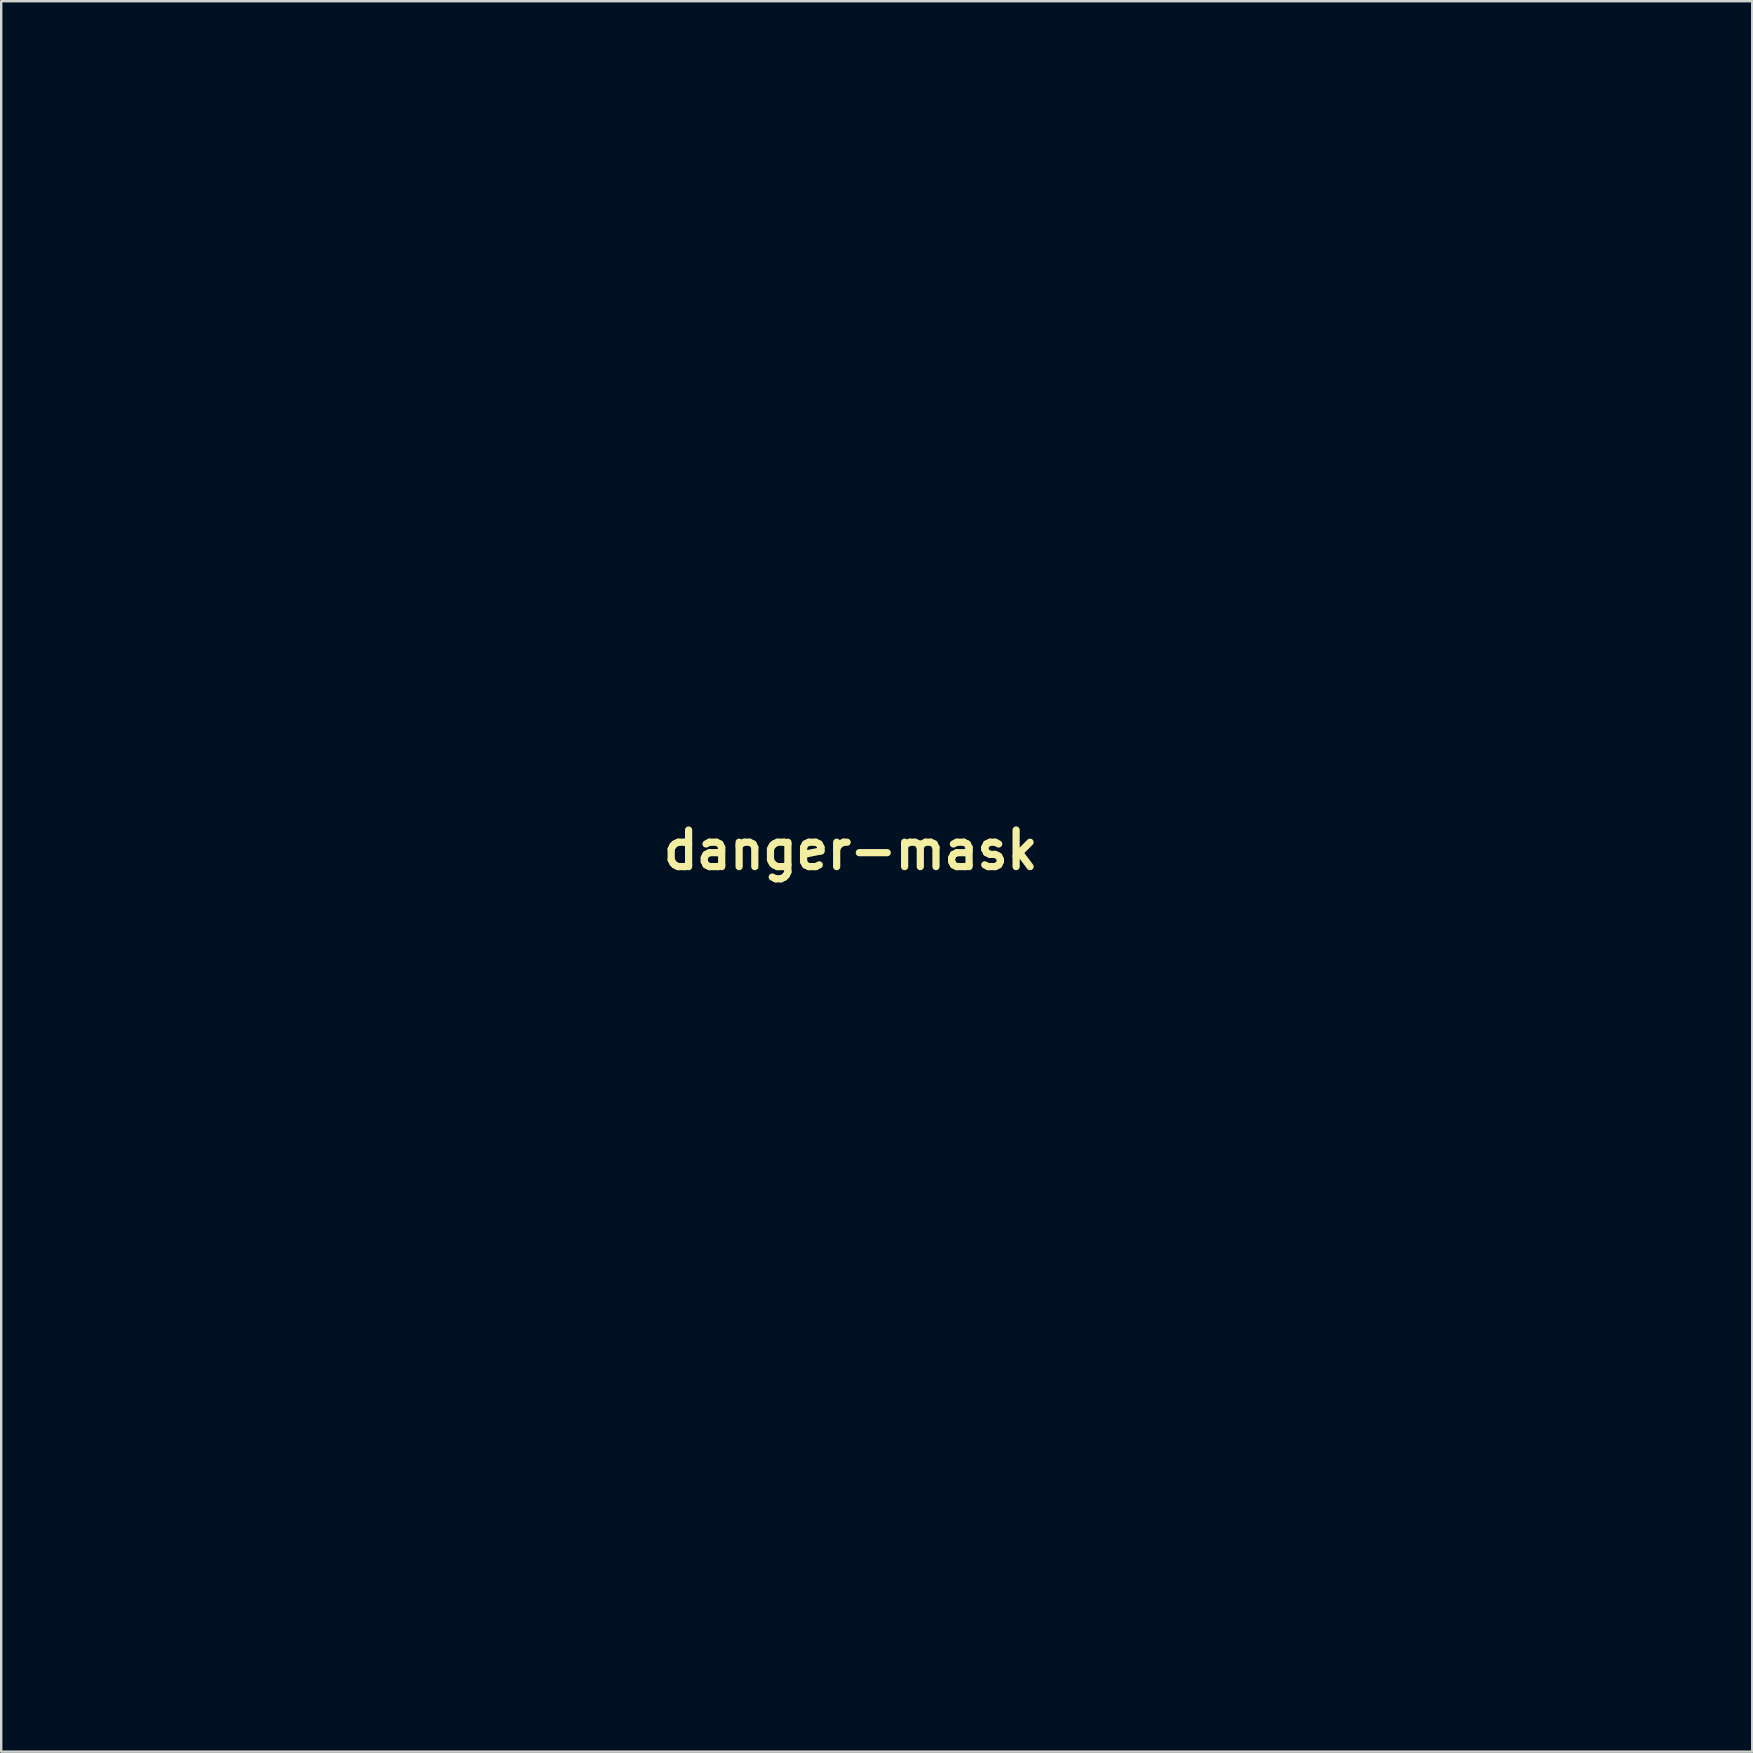
<source format=kicad_pcb>
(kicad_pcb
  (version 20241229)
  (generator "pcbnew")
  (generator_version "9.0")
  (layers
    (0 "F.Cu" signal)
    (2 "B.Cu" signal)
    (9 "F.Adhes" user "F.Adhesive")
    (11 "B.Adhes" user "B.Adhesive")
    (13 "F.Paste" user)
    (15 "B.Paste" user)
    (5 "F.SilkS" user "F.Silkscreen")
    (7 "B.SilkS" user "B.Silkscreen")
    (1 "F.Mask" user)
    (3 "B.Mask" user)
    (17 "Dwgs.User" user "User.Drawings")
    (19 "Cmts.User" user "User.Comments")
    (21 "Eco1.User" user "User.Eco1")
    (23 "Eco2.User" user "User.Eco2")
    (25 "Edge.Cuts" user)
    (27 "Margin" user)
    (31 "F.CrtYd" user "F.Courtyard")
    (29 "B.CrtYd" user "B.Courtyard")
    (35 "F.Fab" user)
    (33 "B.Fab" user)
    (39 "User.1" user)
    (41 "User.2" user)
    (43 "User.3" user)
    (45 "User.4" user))
  (footprint "danger-mask"
    (layer "F.Cu")
    (at 32.384 32.361)
    (property "Reference" "danger-mask" (at 0 0 0) (layer "F.SilkS") (effects (font (size 1.524 1.524) (thickness 0.3))))
    (attr through_hole)
    (fp_poly (pts (xy 5.006 22.908) (xy 5.182 22.962) (xy 5.38 23.05) (xy 5.565 23.154) (xy 5.704 23.255) (xy 5.725 23.276) (xy 5.831 23.39) (xy 4.23 24.991) (xy 4.116 24.864) (xy 4.023 24.743) (xy 3.924 24.591) (xy 3.892 24.534) (xy 3.81 24.303) (xy 3.779 24.034) (xy 3.798 23.764) (xy 3.869 23.527) (xy 3.884 23.498) (xy 3.951 23.39) (xy 4.037 23.277) (xy 4.126 23.174) (xy 4.202 23.102) (xy 4.249 23.075) (xy 4.256 23.087) (xy 4.284 23.092) (xy 4.336 23.057) (xy 4.455 22.991) (xy 4.627 22.938) (xy 4.813 22.906) (xy 4.975 22.903) (xy 5.006 22.908)) (stroke (width 0.01) (type solid)) (fill yes) (layer "F.Mask"))
    (fp_poly (pts (xy 0.567 10.757) (xy 0.669 10.849) (xy 0.809 10.996) (xy 0.836 11.024) (xy 1.035 11.244) (xy 1.168 11.429) (xy 1.244 11.598) (xy 1.27 11.771) (xy 1.254 11.968) (xy 1.238 12.059) (xy 1.164 12.322) (xy 1.05 12.536) (xy 0.877 12.735) (xy 0.797 12.808) (xy 0.596 12.948) (xy 0.386 13.008) (xy 0.144 12.995) (xy 0.052 12.975) (xy -0.164 12.886) (xy -0.309 12.74) (xy -0.388 12.533) (xy -0.402 12.433) (xy -0.399 12.241) (xy -0.352 12.048) (xy -0.255 11.834) (xy -0.1 11.578) (xy -0.07 11.533) (xy 0.019 11.398) (xy 0.092 11.281) (xy 0.119 11.235) (xy 0.247 11) (xy 0.342 10.839) (xy 0.417 10.747) (xy 0.488 10.721) (xy 0.567 10.757)) (stroke (width 0.01) (type solid)) (fill yes) (layer "F.Mask"))
    (fp_poly (pts (xy 31.241 -0.397) (xy 31.465 -0.132) (xy 31.611 0.113) (xy 31.683 0.353) (xy 31.681 0.604) (xy 31.608 0.88) (xy 31.464 1.198) (xy 31.412 1.296) (xy 31.34 1.395) (xy 31.266 1.452) (xy 31.167 1.504) (xy 31.114 1.543) (xy 31.023 1.583) (xy 30.876 1.613) (xy 30.706 1.63) (xy 30.548 1.63) (xy 30.457 1.616) (xy 30.264 1.518) (xy 30.109 1.354) (xy 30.009 1.148) (xy 29.988 1.045) (xy 30.002 0.873) (xy 30.071 0.658) (xy 30.186 0.424) (xy 30.33 0.202) (xy 30.397 0.102) (xy 30.433 0.033) (xy 30.434 0.025) (xy 30.459 -0.029) (xy 30.525 -0.13) (xy 30.594 -0.229) (xy 30.681 -0.352) (xy 30.739 -0.448) (xy 30.756 -0.487) (xy 30.782 -0.548) (xy 30.839 -0.633) (xy 30.921 -0.74) (xy 31.241 -0.397)) (stroke (width 0.01) (type solid)) (fill yes) (layer "F.Mask"))
    (fp_poly (pts (xy 16.047 11.886) (xy 16.184 11.894) (xy 16.254 11.904) (xy 16.383 11.955) (xy 16.539 12.035) (xy 16.69 12.124) (xy 16.802 12.205) (xy 16.827 12.228) (xy 16.849 12.258) (xy 16.855 12.291) (xy 16.838 12.337) (xy 16.793 12.403) (xy 16.711 12.498) (xy 16.587 12.63) (xy 16.413 12.808) (xy 16.182 13.039) (xy 16.108 13.114) (xy 15.885 13.335) (xy 15.681 13.532) (xy 15.507 13.697) (xy 15.37 13.821) (xy 15.281 13.895) (xy 15.251 13.913) (xy 15.192 13.875) (xy 15.15 13.803) (xy 15.099 13.706) (xy 15.056 13.66) (xy 14.989 13.58) (xy 14.923 13.439) (xy 14.868 13.265) (xy 14.834 13.089) (xy 14.828 12.995) (xy 14.866 12.664) (xy 14.975 12.381) (xy 15.149 12.155) (xy 15.381 11.993) (xy 15.664 11.901) (xy 15.881 11.883) (xy 16.047 11.886)) (stroke (width 0.01) (type solid)) (fill yes) (layer "F.Mask"))
    (fp_poly (pts (xy 13.658 -4.575) (xy 13.873 -4.484) (xy 13.937 -4.438) (xy 14.001 -4.394) (xy 14.023 -4.392) (xy 14.058 -4.381) (xy 14.141 -4.329) (xy 14.177 -4.302) (xy 14.327 -4.191) (xy 13.514 -3.377) (xy 13.291 -3.155) (xy 13.089 -2.956) (xy 12.917 -2.788) (xy 12.785 -2.661) (xy 12.7 -2.584) (xy 12.673 -2.563) (xy 12.625 -2.593) (xy 12.57 -2.647) (xy 12.511 -2.724) (xy 12.494 -2.765) (xy 12.47 -2.824) (xy 12.412 -2.917) (xy 12.408 -2.922) (xy 12.35 -3.036) (xy 12.292 -3.196) (xy 12.264 -3.304) (xy 12.238 -3.594) (xy 12.288 -3.862) (xy 12.409 -4.091) (xy 12.427 -4.113) (xy 12.497 -4.205) (xy 12.531 -4.27) (xy 12.531 -4.273) (xy 12.558 -4.315) (xy 12.64 -4.374) (xy 12.788 -4.456) (xy 12.929 -4.529) (xy 13.154 -4.6) (xy 13.408 -4.614) (xy 13.658 -4.575)) (stroke (width 0.01) (type solid)) (fill yes) (layer "F.Mask"))
    (fp_poly (pts (xy -6.595 13.058) (xy -6.417 13.091) (xy -6.229 13.157) (xy -6.017 13.252) (xy -5.814 13.36) (xy -5.653 13.464) (xy -5.603 13.505) (xy -5.52 13.569) (xy -5.465 13.592) (xy -5.42 13.623) (xy -5.325 13.708) (xy -5.192 13.832) (xy -5.034 13.984) (xy -4.865 14.151) (xy -4.698 14.319) (xy -4.545 14.477) (xy -4.42 14.61) (xy -4.334 14.706) (xy -4.302 14.752) (xy -4.302 14.752) (xy -4.275 14.806) (xy -4.207 14.904) (xy -4.147 14.981) (xy -4.042 15.125) (xy -3.932 15.299) (xy -3.837 15.471) (xy -3.774 15.608) (xy -3.767 15.629) (xy -3.693 15.923) (xy -3.671 16.159) (xy -3.699 16.351) (xy -3.736 16.48) (xy -3.762 16.574) (xy -3.767 16.592) (xy -3.797 16.657) (xy -3.859 16.766) (xy -3.891 16.818) (xy -3.973 16.948) (xy -4.042 17.06) (xy -4.058 17.086) (xy -4.104 17.143) (xy -4.2 17.248) (xy -4.335 17.39) (xy -4.497 17.557) (xy -4.674 17.738) (xy -4.855 17.921) (xy -5.027 18.093) (xy -5.18 18.243) (xy -5.301 18.359) (xy -5.378 18.428) (xy -5.4 18.444) (xy -5.436 18.412) (xy -5.53 18.322) (xy -5.678 18.178) (xy -5.873 17.986) (xy -6.109 17.752) (xy -6.381 17.483) (xy -6.683 17.182) (xy -7.009 16.857) (xy -7.289 16.578) (xy -9.154 14.713) (xy -8.513 14.073) (xy -8.318 13.88) (xy -8.146 13.715) (xy -8.009 13.586) (xy -7.914 13.503) (xy -7.873 13.474) (xy -7.872 13.476) (xy -7.843 13.476) (xy -7.772 13.424) (xy -7.746 13.4) (xy -7.51 13.235) (xy -7.221 13.118) (xy -6.907 13.057) (xy -6.595 13.058)) (stroke (width 0.01) (type solid)) (fill yes) (layer "F.Mask"))
    (fp_poly (pts (xy 8.917 0.112) (xy 9.142 0.154) (xy 9.339 0.239) (xy 9.528 0.37) (xy 9.636 0.449) (xy 9.716 0.497) (xy 9.736 0.503) (xy 9.787 0.535) (xy 9.879 0.615) (xy 9.992 0.726) (xy 10.108 0.846) (xy 10.206 0.957) (xy 10.267 1.039) (xy 10.268 1.041) (xy 10.325 1.135) (xy 10.407 1.262) (xy 10.438 1.309) (xy 10.589 1.616) (xy 10.651 1.946) (xy 10.625 2.298) (xy 10.531 2.621) (xy 10.481 2.706) (xy 10.394 2.816) (xy 10.288 2.933) (xy 10.182 3.039) (xy 10.092 3.114) (xy 10.038 3.14) (xy 10.032 3.137) (xy 9.983 3.141) (xy 9.945 3.165) (xy 9.87 3.193) (xy 9.733 3.218) (xy 9.562 3.234) (xy 9.552 3.235) (xy 9.357 3.239) (xy 9.216 3.224) (xy 9.092 3.183) (xy 9.016 3.146) (xy 8.869 3.069) (xy 8.737 2.997) (xy 8.695 2.974) (xy 8.62 2.918) (xy 8.504 2.818) (xy 8.361 2.688) (xy 8.208 2.543) (xy 8.058 2.398) (xy 7.927 2.266) (xy 7.83 2.162) (xy 7.783 2.101) (xy 7.78 2.094) (xy 7.757 2.037) (xy 7.699 1.933) (xy 7.657 1.864) (xy 7.597 1.759) (xy 7.56 1.659) (xy 7.54 1.535) (xy 7.532 1.36) (xy 7.531 1.255) (xy 7.532 1.053) (xy 7.541 0.917) (xy 7.565 0.821) (xy 7.607 0.74) (xy 7.654 0.675) (xy 7.731 0.564) (xy 7.775 0.48) (xy 7.78 0.459) (xy 7.817 0.403) (xy 7.86 0.38) (xy 7.947 0.334) (xy 8.063 0.257) (xy 8.097 0.232) (xy 8.189 0.172) (xy 8.287 0.135) (xy 8.417 0.115) (xy 8.607 0.106) (xy 8.634 0.105) (xy 8.917 0.112)) (stroke (width 0.01) (type solid)) (fill yes) (layer "F.Mask"))
    (fp_poly (pts (xy 34.542 -32.311) (xy 34.543 -32.176) (xy 34.543 -31.955) (xy 34.544 -31.648) (xy 34.545 -31.259) (xy 34.545 -30.79) (xy 34.546 -30.243) (xy 34.546 -29.621) (xy 34.547 -28.925) (xy 34.547 -28.158) (xy 34.548 -27.321) (xy 34.548 -26.419) (xy 34.549 -25.452) (xy 34.549 -24.423) (xy 34.55 -23.334) (xy 34.55 -22.187) (xy 34.55 -20.986) (xy 34.551 -19.731) (xy 34.551 -18.426) (xy 34.551 -17.072) (xy 34.552 -15.672) (xy 34.552 -14.228) (xy 34.552 -12.742) (xy 34.552 -11.217) (xy 34.553 -9.654) (xy 34.553 -8.057) (xy 34.553 -6.427) (xy 34.553 -4.767) (xy 34.553 -3.079) (xy 34.553 -1.365) (xy 34.553 0.372) (xy 34.553 1.098) (xy 34.553 34.553) (xy -32.379 34.553) (xy -26.11 28.284) (xy -5.583 28.284) (xy -5.552 28.325) (xy -5.461 28.425) (xy -5.316 28.578) (xy -5.124 28.778) (xy -4.889 29.019) (xy -4.618 29.297) (xy -4.316 29.604) (xy -3.988 29.936) (xy -3.642 30.287) (xy -3.281 30.65) (xy -2.912 31.021) (xy -2.541 31.394) (xy -2.174 31.762) (xy -1.815 32.12) (xy -1.471 32.463) (xy -1.147 32.784) (xy -0.85 33.078) (xy -0.584 33.339) (xy -0.356 33.562) (xy -0.17 33.741) (xy -0.034 33.87) (xy 0.048 33.943) (xy 0.069 33.958) (xy 0.115 33.927) (xy 0.214 33.841) (xy 0.354 33.711) (xy 0.524 33.547) (xy 0.687 33.386) (xy 1.258 32.814) (xy 0.011 31.566) (xy -1.236 30.319) (xy -0.114 29.199) (xy 1.007 28.078) (xy 2.231 29.302) (xy 2.508 29.577) (xy 2.764 29.83) (xy 2.994 30.055) (xy 3.19 30.243) (xy 3.345 30.39) (xy 3.451 30.486) (xy 3.5 30.525) (xy 3.502 30.526) (xy 3.548 30.495) (xy 3.647 30.409) (xy 3.786 30.279) (xy 3.955 30.116) (xy 4.096 29.976) (xy 4.644 29.427) (xy 1.785 26.567) (xy -0.66 24.122) (xy 2.409 24.122) (xy 2.417 24.525) (xy 2.463 24.873) (xy 2.544 25.152) (xy 2.558 25.184) (xy 2.677 25.445) (xy 2.774 25.646) (xy 2.862 25.807) (xy 2.956 25.946) (xy 3.068 26.084) (xy 3.213 26.239) (xy 3.403 26.431) (xy 3.496 26.523) (xy 3.73 26.752) (xy 3.919 26.924) (xy 4.078 27.053) (xy 4.222 27.151) (xy 4.368 27.231) (xy 4.371 27.233) (xy 4.525 27.307) (xy 4.645 27.363) (xy 4.709 27.39) (xy 4.714 27.391) (xy 4.768 27.406) (xy 4.869 27.441) (xy 4.874 27.443) (xy 5.3 27.56) (xy 5.723 27.587) (xy 6.145 27.529) (xy 6.422 27.455) (xy 6.641 27.371) (xy 6.836 27.264) (xy 6.945 27.189) (xy 7.061 27.109) (xy 7.147 27.058) (xy 7.174 27.048) (xy 7.221 27.017) (xy 7.314 26.934) (xy 7.439 26.815) (xy 7.58 26.675) (xy 7.722 26.53) (xy 7.85 26.395) (xy 7.949 26.286) (xy 8.003 26.217) (xy 8.009 26.204) (xy 8.035 26.146) (xy 8.099 26.047) (xy 8.128 26.008) (xy 8.278 25.746) (xy 8.383 25.424) (xy 8.443 25.062) (xy 8.454 24.682) (xy 8.414 24.303) (xy 8.345 24.021) (xy 8.272 23.816) (xy 8.211 23.697) (xy 8.161 23.661) (xy 8.093 23.688) (xy 7.978 23.759) (xy 7.836 23.861) (xy 7.799 23.89) (xy 7.66 23.996) (xy 7.549 24.076) (xy 7.484 24.116) (xy 7.477 24.119) (xy 7.427 24.145) (xy 7.332 24.213) (xy 7.259 24.271) (xy 7.136 24.364) (xy 7.03 24.433) (xy 6.991 24.452) (xy 6.927 24.494) (xy 6.918 24.565) (xy 6.965 24.685) (xy 6.984 24.723) (xy 7.037 24.892) (xy 7.058 25.107) (xy 7.046 25.328) (xy 7.002 25.514) (xy 6.99 25.544) (xy 6.867 25.725) (xy 6.684 25.904) (xy 6.465 26.056) (xy 6.453 26.063) (xy 6.318 26.118) (xy 6.144 26.146) (xy 5.95 26.154) (xy 5.64 26.129) (xy 5.374 26.043) (xy 5.121 25.886) (xy 5.034 25.816) (xy 4.874 25.68) (xy 6.246 24.305) (xy 7.618 22.931) (xy 7.444 22.753) (xy 7.302 22.619) (xy 7.145 22.487) (xy 7.088 22.443) (xy 6.949 22.341) (xy 6.818 22.243) (xy 6.781 22.213) (xy 6.605 22.091) (xy 6.366 21.952) (xy 6.23 21.88) (xy 6.107 21.817) (xy 6.031 21.778) (xy 5.794 21.689) (xy 5.492 21.63) (xy 5.147 21.603) (xy 5.065 21.602) (xy 4.658 21.635) (xy 4.269 21.731) (xy 3.921 21.882) (xy 3.765 21.98) (xy 3.632 22.074) (xy 3.515 22.151) (xy 3.468 22.18) (xy 3.387 22.24) (xy 3.278 22.335) (xy 3.161 22.445) (xy 3.059 22.551) (xy 2.991 22.632) (xy 2.975 22.663) (xy 2.949 22.715) (xy 2.882 22.816) (xy 2.794 22.936) (xy 2.705 23.063) (xy 2.648 23.161) (xy 2.635 23.209) (xy 2.625 23.26) (xy 2.614 23.269) (xy 2.564 23.34) (xy 2.513 23.48) (xy 2.467 23.664) (xy 2.431 23.871) (xy 2.411 24.077) (xy 2.409 24.122) (xy -0.66 24.122) (xy -1.075 23.707) (xy -2.219 24.851) (xy -1.11 25.961) (xy -0.848 26.224) (xy -0.609 26.467) (xy -0.399 26.683) (xy -0.226 26.863) (xy -0.097 27.001) (xy -0.02 27.089) (xy 0 27.117) (xy -0.031 27.159) (xy -0.12 27.258) (xy -0.259 27.405) (xy -0.44 27.594) (xy -0.657 27.815) (xy -0.901 28.062) (xy -1.098 28.26) (xy -2.197 29.358) (xy -3.33 28.226) (xy -4.463 27.093) (xy -5.023 27.654) (xy -5.207 27.842) (xy -5.365 28.011) (xy -5.487 28.149) (xy -5.563 28.245) (xy -5.583 28.284) (xy -26.11 28.284) (xy -12.7 14.874) (xy -11.281 14.874) (xy -8.444 17.711) (xy -8.02 18.134) (xy -7.615 18.538) (xy -7.233 18.918) (xy -6.878 19.27) (xy -6.556 19.588) (xy -6.27 19.869) (xy -6.026 20.108) (xy -5.828 20.3) (xy -5.682 20.441) (xy -5.591 20.525) (xy -5.561 20.549) (xy -5.52 20.518) (xy -5.421 20.428) (xy -5.272 20.288) (xy -5.081 20.103) (xy -4.853 19.882) (xy -4.598 19.63) (xy -4.321 19.355) (xy -4.245 19.279) (xy -3.965 18.998) (xy -3.706 18.737) (xy -3.476 18.503) (xy -3.281 18.303) (xy -3.128 18.144) (xy -3.086 18.1) (xy 4.53 18.1) (xy 7.379 20.949) (xy 7.803 21.372) (xy 8.208 21.777) (xy 8.59 22.158) (xy 8.944 22.51) (xy 9.266 22.83) (xy 9.55 23.112) (xy 9.792 23.352) (xy 9.988 23.545) (xy 10.133 23.687) (xy 10.222 23.773) (xy 10.251 23.798) (xy 10.289 23.768) (xy 10.38 23.683) (xy 10.513 23.555) (xy 10.677 23.395) (xy 10.789 23.284) (xy 10.964 23.106) (xy 11.114 22.949) (xy 11.227 22.825) (xy 11.292 22.745) (xy 11.304 22.723) (xy 11.272 22.685) (xy 11.181 22.586) (xy 11.033 22.433) (xy 10.835 22.228) (xy 10.59 21.979) (xy 10.304 21.688) (xy 9.981 21.361) (xy 9.625 21.002) (xy 9.242 20.616) (xy 8.835 20.208) (xy 8.467 19.84) (xy 6.623 17.996) (xy 7.826 17.996) (xy 7.864 18.033) (xy 7.962 18.089) (xy 8.043 18.128) (xy 8.218 18.207) (xy 8.415 18.295) (xy 8.502 18.334) (xy 8.641 18.394) (xy 8.748 18.433) (xy 8.789 18.444) (xy 8.863 18.463) (xy 8.925 18.489) (xy 9.042 18.548) (xy 9.1 18.577) (xy 9.174 18.61) (xy 9.313 18.669) (xy 9.497 18.746) (xy 9.706 18.832) (xy 9.707 18.832) (xy 9.913 18.919) (xy 10.09 18.996) (xy 10.221 19.058) (xy 10.285 19.093) (xy 10.286 19.094) (xy 10.335 19.119) (xy 10.343 19.11) (xy 10.378 19.107) (xy 10.462 19.142) (xy 10.469 19.145) (xy 10.582 19.201) (xy 10.715 19.263) (xy 10.833 19.314) (xy 10.892 19.336) (xy 10.955 19.36) (xy 11.063 19.406) (xy 11.178 19.457) (xy 11.261 19.496) (xy 11.326 19.525) (xy 11.46 19.582) (xy 11.646 19.661) (xy 11.868 19.754) (xy 12.016 19.816) (xy 12.324 19.943) (xy 12.562 20.043) (xy 12.747 20.121) (xy 12.895 20.185) (xy 13.02 20.241) (xy 13.14 20.296) (xy 13.249 20.348) (xy 13.389 20.408) (xy 13.502 20.448) (xy 13.546 20.457) (xy 13.601 20.426) (xy 13.707 20.341) (xy 13.849 20.214) (xy 14.016 20.056) (xy 14.084 19.989) (xy 14.251 19.818) (xy 14.392 19.664) (xy 14.494 19.543) (xy 14.547 19.466) (xy 14.552 19.451) (xy 14.532 19.373) (xy 14.482 19.247) (xy 14.438 19.153) (xy 14.376 19.022) (xy 14.335 18.925) (xy 14.325 18.893) (xy 14.307 18.84) (xy 14.259 18.726) (xy 14.19 18.571) (xy 14.165 18.515) (xy 14.091 18.355) (xy 14.036 18.229) (xy 14.007 18.159) (xy 14.004 18.152) (xy 13.987 18.104) (xy 13.943 17.998) (xy 13.89 17.877) (xy 13.831 17.738) (xy 13.79 17.635) (xy 13.778 17.596) (xy 13.76 17.543) (xy 13.714 17.446) (xy 13.709 17.436) (xy 13.633 17.29) (xy 13.567 17.162) (xy 13.527 17.071) (xy 13.524 17.026) (xy 13.527 17.025) (xy 13.531 16.997) (xy 13.511 16.968) (xy 13.474 16.902) (xy 13.413 16.774) (xy 13.338 16.604) (xy 13.294 16.499) (xy 13.195 16.262) (xy 13.108 16.056) (xy 13.018 15.849) (xy 12.911 15.608) (xy 12.848 15.469) (xy 12.782 15.318) (xy 12.7 15.126) (xy 12.624 14.947) (xy 12.554 14.784) (xy 12.49 14.651) (xy 12.445 14.573) (xy 12.442 14.569) (xy 12.414 14.518) (xy 12.422 14.508) (xy 12.433 14.499) (xy 12.424 14.463) (xy 12.389 14.385) (xy 12.321 14.251) (xy 12.25 14.114) (xy 12.206 14.015) (xy 12.193 13.956) (xy 12.195 13.953) (xy 12.184 13.908) (xy 12.136 13.832) (xy 12.058 13.729) (xy 11.494 14.295) (xy 11.288 14.504) (xy 11.14 14.659) (xy 11.042 14.77) (xy 10.987 14.848) (xy 10.967 14.903) (xy 10.974 14.943) (xy 10.976 14.948) (xy 11.019 15.033) (xy 11.092 15.187) (xy 11.189 15.394) (xy 11.302 15.638) (xy 11.424 15.905) (xy 11.465 15.995) (xy 11.537 16.152) (xy 11.629 16.351) (xy 11.721 16.551) (xy 11.729 16.567) (xy 11.822 16.77) (xy 11.917 16.98) (xy 11.993 17.153) (xy 11.997 17.162) (xy 12.057 17.296) (xy 12.149 17.488) (xy 12.259 17.716) (xy 12.378 17.956) (xy 12.41 18.02) (xy 12.514 18.23) (xy 12.599 18.407) (xy 12.658 18.536) (xy 12.685 18.604) (xy 12.684 18.611) (xy 12.602 18.569) (xy 12.454 18.496) (xy 12.255 18.399) (xy 12.022 18.286) (xy 11.772 18.164) (xy 11.52 18.043) (xy 11.283 17.929) (xy 11.077 17.83) (xy 10.918 17.754) (xy 10.835 17.715) (xy 10.622 17.617) (xy 10.385 17.507) (xy 10.217 17.428) (xy 10.065 17.356) (xy 9.948 17.302) (xy 9.888 17.276) (xy 9.885 17.275) (xy 9.816 17.247) (xy 9.689 17.192) (xy 9.532 17.119) (xy 9.368 17.042) (xy 9.224 16.971) (xy 9.137 16.926) (xy 8.96 16.83) (xy 8.393 17.396) (xy 8.209 17.582) (xy 8.05 17.746) (xy 7.926 17.877) (xy 7.848 17.965) (xy 7.826 17.996) (xy 6.623 17.996) (xy 5.63 17.003) (xy 5.08 17.551) (xy 4.53 18.1) (xy -3.086 18.1) (xy -3.025 18.034) (xy -2.977 17.979) (xy -2.975 17.974) (xy -2.948 17.923) (xy -2.877 17.824) (xy -2.778 17.697) (xy -2.777 17.696) (xy -2.66 17.542) (xy -2.558 17.379) (xy -2.454 17.18) (xy -2.336 16.92) (xy -2.332 16.91) (xy -2.25 16.655) (xy -2.196 16.343) (xy -2.17 16.004) (xy -2.176 15.671) (xy -2.214 15.373) (xy -2.241 15.263) (xy -2.362 14.881) (xy -2.479 14.564) (xy -2.589 14.322) (xy -2.659 14.203) (xy -2.735 14.086) (xy -2.783 13.999) (xy -2.792 13.972) (xy -2.82 13.921) (xy -2.894 13.823) (xy -2.997 13.7) (xy -2.998 13.699) (xy -3.101 13.575) (xy -3.175 13.477) (xy -3.204 13.426) (xy -3.204 13.426) (xy -3.234 13.379) (xy -3.317 13.285) (xy -3.435 13.16) (xy -3.574 13.017) (xy -3.718 12.874) (xy -3.852 12.745) (xy -3.961 12.646) (xy -4.029 12.591) (xy -4.041 12.586) (xy -4.092 12.557) (xy -4.192 12.483) (xy -4.319 12.378) (xy -4.343 12.357) (xy -4.473 12.247) (xy -4.577 12.166) (xy -4.636 12.129) (xy -4.641 12.128) (xy -4.694 12.104) (xy -4.796 12.042) (xy -4.877 11.988) (xy -4.989 11.917) (xy -5.062 11.879) (xy -5.08 11.88) (xy -5.108 11.882) (xy -5.142 11.859) (xy -5.236 11.806) (xy -5.394 11.74) (xy -5.592 11.669) (xy -5.805 11.601) (xy -6.01 11.546) (xy -6.18 11.51) (xy -6.21 11.505) (xy -6.561 11.48) (xy -6.919 11.493) (xy -7.263 11.539) (xy -7.575 11.615) (xy -7.836 11.719) (xy -8.02 11.841) (xy -8.081 11.883) (xy -8.101 11.878) (xy -8.132 11.887) (xy -8.215 11.945) (xy -8.332 12.04) (xy -8.348 12.054) (xy -8.475 12.158) (xy -8.577 12.234) (xy -8.633 12.265) (xy -8.634 12.265) (xy -8.674 12.297) (xy -8.771 12.386) (xy -8.919 12.527) (xy -9.11 12.712) (xy -9.337 12.934) (xy -9.593 13.187) (xy -9.872 13.464) (xy -9.977 13.57) (xy -11.281 14.874) (xy -12.7 14.874) (xy -8.718 10.892) (xy -3.36 10.892) (xy -3.357 11.119) (xy -3.346 11.283) (xy -3.322 11.412) (xy -3.28 11.534) (xy -3.224 11.659) (xy -3.128 11.837) (xy -3.042 11.929) (xy -2.961 11.939) (xy -2.883 11.876) (xy -2.815 11.819) (xy -2.783 11.808) (xy -2.728 11.781) (xy -2.622 11.712) (xy -2.487 11.613) (xy -2.456 11.59) (xy -2.32 11.487) (xy -2.214 11.41) (xy -2.155 11.373) (xy -2.151 11.372) (xy -2.101 11.348) (xy -2.011 11.292) (xy -2.007 11.289) (xy -1.886 11.208) (xy -1.972 10.926) (xy -2.025 10.663) (xy -2.006 10.442) (xy -1.913 10.243) (xy -1.86 10.174) (xy -1.78 10.064) (xy -1.727 9.971) (xy -1.725 9.965) (xy -1.662 9.886) (xy -1.59 9.844) (xy -1.478 9.78) (xy -1.42 9.727) (xy -1.275 9.611) (xy -1.076 9.53) (xy -0.942 9.504) (xy -0.764 9.528) (xy -0.57 9.63) (xy -0.375 9.803) (xy -0.349 9.831) (xy -0.3 9.893) (xy -0.29 9.949) (xy -0.319 10.03) (xy -0.368 10.124) (xy -0.463 10.303) (xy -0.53 10.424) (xy -0.581 10.511) (xy -0.632 10.587) (xy -0.675 10.648) (xy -0.741 10.748) (xy -0.776 10.816) (xy -0.778 10.824) (xy -0.804 10.876) (xy -0.871 10.971) (xy -0.915 11.03) (xy -0.996 11.137) (xy -1.045 11.214) (xy -1.053 11.234) (xy -1.078 11.287) (xy -1.14 11.38) (xy -1.162 11.41) (xy -1.321 11.648) (xy -1.495 11.963) (xy -1.506 11.984) (xy -1.57 12.109) (xy -1.605 12.179) (xy -1.696 12.435) (xy -1.74 12.737) (xy -1.732 13.05) (xy -1.73 13.066) (xy -1.64 13.422) (xy -1.461 13.754) (xy -1.196 14.059) (xy -1.177 14.078) (xy -0.955 14.264) (xy -0.748 14.388) (xy -0.523 14.467) (xy -0.345 14.504) (xy -0.174 14.532) (xy -0.06 14.544) (xy 0.031 14.542) (xy 0.133 14.524) (xy 0.22 14.504) (xy 0.541 14.409) (xy 0.732 14.321) (xy 0.819 14.274) (xy 0.938 14.212) (xy 0.949 14.207) (xy 1.043 14.142) (xy 1.169 14.034) (xy 1.31 13.9) (xy 1.45 13.756) (xy 1.571 13.62) (xy 1.658 13.508) (xy 1.693 13.439) (xy 1.693 13.437) (xy 1.726 13.357) (xy 1.744 13.337) (xy 13.452 13.337) (xy 13.517 13.798) (xy 13.573 13.992) (xy 13.644 14.186) (xy 13.723 14.37) (xy 13.794 14.506) (xy 13.802 14.518) (xy 13.869 14.63) (xy 13.909 14.711) (xy 13.913 14.727) (xy 13.94 14.781) (xy 14.011 14.878) (xy 14.073 14.953) (xy 14.163 15.064) (xy 14.221 15.148) (xy 14.233 15.177) (xy 14.264 15.227) (xy 14.343 15.319) (xy 14.452 15.434) (xy 14.571 15.553) (xy 14.681 15.657) (xy 14.764 15.726) (xy 14.796 15.743) (xy 14.849 15.771) (xy 14.947 15.842) (xy 15.052 15.926) (xy 15.17 16.022) (xy 15.261 16.089) (xy 15.301 16.11) (xy 15.357 16.132) (xy 15.458 16.187) (xy 15.504 16.215) (xy 15.725 16.325) (xy 15.981 16.413) (xy 16.22 16.462) (xy 16.22 16.462) (xy 16.325 16.48) (xy 16.38 16.503) (xy 16.435 16.512) (xy 16.556 16.515) (xy 16.719 16.511) (xy 16.898 16.503) (xy 17.07 16.491) (xy 17.208 16.476) (xy 17.277 16.463) (xy 17.468 16.4) (xy 17.677 16.312) (xy 17.87 16.217) (xy 18.006 16.131) (xy 18.11 16.06) (xy 18.185 16.021) (xy 18.197 16.018) (xy 18.244 15.987) (xy 18.339 15.905) (xy 18.465 15.787) (xy 18.607 15.648) (xy 18.751 15.503) (xy 18.88 15.369) (xy 18.979 15.26) (xy 19.033 15.192) (xy 19.039 15.179) (xy 19.064 15.122) (xy 19.126 15.026) (xy 19.147 14.997) (xy 19.238 14.859) (xy 19.325 14.687) (xy 19.422 14.457) (xy 19.451 14.382) (xy 19.475 14.272) (xy 19.495 14.099) (xy 19.507 13.891) (xy 19.51 13.764) (xy 19.506 13.507) (xy 19.488 13.308) (xy 19.452 13.132) (xy 19.407 12.987) (xy 19.333 12.785) (xy 19.269 12.666) (xy 19.198 12.623) (xy 19.102 12.651) (xy 18.966 12.743) (xy 18.88 12.81) (xy 18.74 12.917) (xy 18.627 12.999) (xy 18.561 13.04) (xy 18.552 13.043) (xy 18.502 13.07) (xy 18.407 13.138) (xy 18.334 13.195) (xy 18.211 13.288) (xy 18.106 13.357) (xy 18.066 13.377) (xy 18 13.442) (xy 17.991 13.541) (xy 18.037 13.625) (xy 18.066 13.694) (xy 18.093 13.826) (xy 18.112 13.98) (xy 18.12 14.17) (xy 18.105 14.309) (xy 18.06 14.436) (xy 18.041 14.477) (xy 17.881 14.712) (xy 17.667 14.91) (xy 17.483 15.017) (xy 17.252 15.083) (xy 16.99 15.1) (xy 16.723 15.073) (xy 16.482 15.003) (xy 16.294 14.896) (xy 16.281 14.885) (xy 16.221 14.845) (xy 16.201 14.852) (xy 16.172 14.848) (xy 16.1 14.793) (xy 16.062 14.758) (xy 15.924 14.625) (xy 18.65 11.893) (xy 18.22 11.483) (xy 18.058 11.332) (xy 17.921 11.209) (xy 17.82 11.127) (xy 17.77 11.095) (xy 17.767 11.096) (xy 17.721 11.084) (xy 17.63 11.029) (xy 17.579 10.991) (xy 17.436 10.898) (xy 17.248 10.798) (xy 17.051 10.709) (xy 16.883 10.648) (xy 16.848 10.639) (xy 16.751 10.614) (xy 16.636 10.581) (xy 16.434 10.547) (xy 16.176 10.541) (xy 15.893 10.56) (xy 15.612 10.601) (xy 15.365 10.661) (xy 15.189 10.732) (xy 15.099 10.773) (xy 15.05 10.778) (xy 15.007 10.795) (xy 14.913 10.856) (xy 14.786 10.95) (xy 14.77 10.963) (xy 14.638 11.063) (xy 14.534 11.135) (xy 14.478 11.167) (xy 14.476 11.167) (xy 14.426 11.197) (xy 14.336 11.275) (xy 14.228 11.379) (xy 14.122 11.488) (xy 14.041 11.58) (xy 14.005 11.634) (xy 14.004 11.637) (xy 13.978 11.693) (xy 13.91 11.79) (xy 13.865 11.849) (xy 13.784 11.975) (xy 13.694 12.156) (xy 13.61 12.356) (xy 13.592 12.407) (xy 13.477 12.871) (xy 13.452 13.337) (xy 1.744 13.337) (xy 1.759 13.32) (xy 1.808 13.247) (xy 1.87 13.111) (xy 1.933 12.941) (xy 1.99 12.761) (xy 2.031 12.599) (xy 2.044 12.517) (xy 2.075 12.281) (xy 2.112 12.136) (xy 2.157 12.08) (xy 2.209 12.112) (xy 2.22 12.129) (xy 2.273 12.156) (xy 2.288 12.151) (xy 2.344 12.158) (xy 2.355 12.17) (xy 2.411 12.218) (xy 2.513 12.279) (xy 2.528 12.286) (xy 2.673 12.359) (xy 3.19 11.844) (xy 3.366 11.666) (xy 3.516 11.508) (xy 3.629 11.383) (xy 3.695 11.303) (xy 3.707 11.281) (xy 3.668 11.235) (xy 3.572 11.178) (xy 3.448 11.125) (xy 3.354 11.097) (xy 3.281 11.063) (xy 3.177 10.998) (xy 3.164 10.988) (xy 3.06 10.924) (xy 2.982 10.893) (xy 2.975 10.892) (xy 2.932 10.861) (xy 2.831 10.772) (xy 2.68 10.632) (xy 2.486 10.448) (xy 2.257 10.227) (xy 1.998 9.975) (xy 1.719 9.7) (xy 1.629 9.611) (xy 1.345 9.33) (xy 1.08 9.071) (xy 0.843 8.839) (xy 0.639 8.643) (xy 0.476 8.488) (xy 0.362 8.383) (xy 0.303 8.333) (xy 0.297 8.329) (xy 0.235 8.302) (xy 0.187 8.265) (xy -0.057 8.103) (xy -0.339 8.018) (xy -0.547 8.001) (xy -0.733 8.005) (xy -0.907 8.017) (xy -1.01 8.032) (xy -1.174 8.086) (xy -1.374 8.179) (xy -1.574 8.292) (xy -1.739 8.406) (xy -1.787 8.448) (xy -1.877 8.522) (xy -1.942 8.558) (xy -1.947 8.558) (xy -1.994 8.589) (xy -2.089 8.672) (xy -2.218 8.792) (xy -2.366 8.935) (xy -2.519 9.087) (xy -2.661 9.232) (xy -2.779 9.357) (xy -2.858 9.448) (xy -2.883 9.487) (xy -2.909 9.545) (xy -2.973 9.642) (xy -2.998 9.675) (xy -3.069 9.775) (xy -3.109 9.843) (xy -3.112 9.853) (xy -3.133 9.906) (xy -3.187 10.006) (xy -3.214 10.052) (xy -3.275 10.163) (xy -3.317 10.262) (xy -3.342 10.371) (xy -3.355 10.513) (xy -3.36 10.709) (xy -3.36 10.892) (xy -8.718 10.892) (xy -4.118 6.292) (xy 0.411 6.292) (xy 2.482 8.363) (xy 2.842 8.723) (xy 3.183 9.063) (xy 3.5 9.378) (xy 3.786 9.662) (xy 4.037 9.91) (xy 4.246 10.116) (xy 4.409 10.276) (xy 4.52 10.383) (xy 4.573 10.432) (xy 4.577 10.435) (xy 4.616 10.404) (xy 4.707 10.319) (xy 4.841 10.19) (xy 5.006 10.028) (xy 5.138 9.896) (xy 5.675 9.358) (xy 4.462 8.146) (xy 4.189 7.872) (xy 3.937 7.617) (xy 3.713 7.39) (xy 3.526 7.196) (xy 3.381 7.045) (xy 3.287 6.943) (xy 3.25 6.897) (xy 3.249 6.895) (xy 3.222 6.841) (xy 3.151 6.745) (xy 3.094 6.675) (xy 2.985 6.518) (xy 2.9 6.32) (xy 2.829 6.06) (xy 2.811 5.972) (xy 2.814 5.846) (xy 2.853 5.676) (xy 2.917 5.496) (xy 2.994 5.34) (xy 3.038 5.278) (xy 3.11 5.183) (xy 3.148 5.115) (xy 3.149 5.109) (xy 3.193 5.053) (xy 3.321 4.972) (xy 3.523 4.87) (xy 3.715 4.821) (xy 3.936 4.825) (xy 4.146 4.878) (xy 4.265 4.942) (xy 4.359 5.005) (xy 4.423 5.034) (xy 4.426 5.034) (xy 4.465 5.066) (xy 4.561 5.155) (xy 4.709 5.296) (xy 4.9 5.482) (xy 5.129 5.707) (xy 5.389 5.963) (xy 5.672 6.244) (xy 5.846 6.418) (xy 7.231 7.802) (xy 7.25 7.783) (xy 16.411 7.783) (xy 16.81 8.183) (xy 17.209 8.584) (xy 16.98 8.81) (xy 16.866 8.928) (xy 16.783 9.026) (xy 16.75 9.082) (xy 16.75 9.084) (xy 16.781 9.134) (xy 16.864 9.231) (xy 16.984 9.36) (xy 17.124 9.503) (xy 17.27 9.647) (xy 17.407 9.776) (xy 17.517 9.875) (xy 17.587 9.927) (xy 17.6 9.931) (xy 17.653 9.901) (xy 17.748 9.821) (xy 17.866 9.708) (xy 17.87 9.704) (xy 18.093 9.477) (xy 19.381 10.745) (xy 19.757 11.113) (xy 20.087 11.429) (xy 20.368 11.692) (xy 20.595 11.898) (xy 20.767 12.044) (xy 20.88 12.128) (xy 20.895 12.137) (xy 21.186 12.245) (xy 21.496 12.267) (xy 21.814 12.204) (xy 21.991 12.131) (xy 22.225 11.985) (xy 22.484 11.769) (xy 22.607 11.65) (xy 22.743 11.51) (xy 22.846 11.397) (xy 22.906 11.324) (xy 22.914 11.304) (xy 22.915 11.272) (xy 22.962 11.192) (xy 22.988 11.155) (xy 23.081 11.017) (xy 23.161 10.876) (xy 23.167 10.864) (xy 23.236 10.721) (xy 23.017 10.532) (xy 22.898 10.434) (xy 22.808 10.366) (xy 22.768 10.343) (xy 22.721 10.316) (xy 22.626 10.244) (xy 22.513 10.153) (xy 22.396 10.058) (xy 22.31 9.996) (xy 22.274 9.981) (xy 22.207 10.083) (xy 22.149 10.185) (xy 22.117 10.257) (xy 22.116 10.271) (xy 22.094 10.313) (xy 22.025 10.396) (xy 21.974 10.45) (xy 21.808 10.585) (xy 21.655 10.633) (xy 21.52 10.592) (xy 21.517 10.59) (xy 21.442 10.55) (xy 21.411 10.549) (xy 21.375 10.522) (xy 21.283 10.438) (xy 21.141 10.304) (xy 20.957 10.126) (xy 20.739 9.913) (xy 20.495 9.671) (xy 20.296 9.472) (xy 19.2 8.376) (xy 19.577 7.997) (xy 19.954 7.618) (xy 19.53 7.196) (xy 19.368 7.038) (xy 19.228 6.907) (xy 19.123 6.815) (xy 19.066 6.774) (xy 19.062 6.773) (xy 19.013 6.804) (xy 18.916 6.886) (xy 18.784 7.008) (xy 18.662 7.127) (xy 18.306 7.481) (xy 17.577 6.754) (xy 16.849 6.027) (xy 16.802 6.205) (xy 16.762 6.363) (xy 16.718 6.548) (xy 16.703 6.613) (xy 16.664 6.772) (xy 16.625 6.911) (xy 16.61 6.956) (xy 16.568 7.094) (xy 16.545 7.185) (xy 16.521 7.296) (xy 16.486 7.452) (xy 16.466 7.541) (xy 16.411 7.783) (xy 7.25 7.783) (xy 7.78 7.254) (xy 8.33 6.706) (xy 6.854 5.228) (xy 6.409 4.785) (xy 6.017 4.399) (xy 5.679 4.071) (xy 5.397 3.803) (xy 5.172 3.597) (xy 5.005 3.452) (xy 4.899 3.372) (xy 4.853 3.356) (xy 4.851 3.362) (xy 4.819 3.361) (xy 4.748 3.324) (xy 4.559 3.245) (xy 4.317 3.202) (xy 4.052 3.195) (xy 3.795 3.222) (xy 3.577 3.285) (xy 3.49 3.33) (xy 3.415 3.368) (xy 3.387 3.364) (xy 3.355 3.368) (xy 3.275 3.417) (xy 3.23 3.45) (xy 3.124 3.524) (xy 3.048 3.566) (xy 3.034 3.57) (xy 2.982 3.601) (xy 2.888 3.684) (xy 2.769 3.799) (xy 2.642 3.93) (xy 2.526 4.057) (xy 2.437 4.164) (xy 2.4 4.216) (xy 2.234 4.536) (xy 2.124 4.826) (xy 2.062 5.122) (xy 2.038 5.458) (xy 2.037 5.572) (xy 2.033 5.72) (xy 2.025 5.824) (xy 2.015 5.858) (xy 1.975 5.828) (xy 1.886 5.748) (xy 1.765 5.632) (xy 1.706 5.573) (xy 1.418 5.288) (xy 0.915 5.79) (xy 0.411 6.292) (xy -4.118 6.292) (xy 0.48 1.694) (xy 6.026 1.694) (xy 6.04 1.899) (xy 6.072 2.06) (xy 6.137 2.269) (xy 6.224 2.496) (xy 6.32 2.709) (xy 6.413 2.878) (xy 6.438 2.915) (xy 6.506 3.02) (xy 6.543 3.098) (xy 6.545 3.109) (xy 6.576 3.163) (xy 6.663 3.265) (xy 6.791 3.403) (xy 6.948 3.564) (xy 7.12 3.735) (xy 7.295 3.902) (xy 7.459 4.054) (xy 7.599 4.177) (xy 7.702 4.258) (xy 7.734 4.279) (xy 8.055 4.442) (xy 8.316 4.564) (xy 8.534 4.652) (xy 8.728 4.711) (xy 8.917 4.745) (xy 9.119 4.762) (xy 9.353 4.765) (xy 9.367 4.765) (xy 9.791 4.732) (xy 10.15 4.635) (xy 10.442 4.477) (xy 10.459 4.464) (xy 10.563 4.391) (xy 10.638 4.351) (xy 10.651 4.348) (xy 10.7 4.317) (xy 10.793 4.237) (xy 10.909 4.125) (xy 10.915 4.119) (xy 11.021 4.007) (xy 11.089 3.926) (xy 11.107 3.89) (xy 11.106 3.89) (xy 11.108 3.858) (xy 11.156 3.779) (xy 11.184 3.741) (xy 11.349 3.457) (xy 11.425 3.204) (xy 11.45 3.079) (xy 11.482 2.932) (xy 11.484 2.92) (xy 11.503 2.776) (xy 11.508 2.593) (xy 11.504 2.486) (xy 11.485 2.22) (xy 11.807 2.539) (xy 11.943 2.679) (xy 12.051 2.799) (xy 12.116 2.882) (xy 12.128 2.907) (xy 12.158 2.966) (xy 12.236 3.059) (xy 12.286 3.11) (xy 12.4 3.238) (xy 12.494 3.373) (xy 12.515 3.412) (xy 12.57 3.592) (xy 12.582 3.784) (xy 12.55 3.951) (xy 12.519 4.011) (xy 12.476 4.091) (xy 12.474 4.13) (xy 12.459 4.174) (xy 12.39 4.264) (xy 12.282 4.385) (xy 12.15 4.521) (xy 12.008 4.658) (xy 11.872 4.781) (xy 11.757 4.875) (xy 11.684 4.921) (xy 11.506 4.99) (xy 11.363 5.002) (xy 11.217 4.958) (xy 11.169 4.934) (xy 11.063 4.884) (xy 10.998 4.881) (xy 10.934 4.925) (xy 10.906 4.951) (xy 10.834 5.009) (xy 10.801 5.018) (xy 10.801 5.015) (xy 10.769 5.027) (xy 10.685 5.089) (xy 10.565 5.189) (xy 10.506 5.239) (xy 10.371 5.355) (xy 10.263 5.44) (xy 10.2 5.482) (xy 10.191 5.484) (xy 10.15 5.505) (xy 10.057 5.574) (xy 9.932 5.677) (xy 9.884 5.718) (xy 9.597 5.968) (xy 9.817 6.167) (xy 10.098 6.378) (xy 10.383 6.503) (xy 10.503 6.53) (xy 10.608 6.553) (xy 10.663 6.577) (xy 10.726 6.59) (xy 10.854 6.588) (xy 11.021 6.572) (xy 11.204 6.546) (xy 11.376 6.513) (xy 11.51 6.476) (xy 11.685 6.401) (xy 11.873 6.297) (xy 11.956 6.242) (xy 12.082 6.158) (xy 12.181 6.102) (xy 12.223 6.087) (xy 12.27 6.056) (xy 12.367 5.972) (xy 12.367 5.971) (xy 19.862 5.971) (xy 19.894 6.012) (xy 19.984 6.11) (xy 20.125 6.258) (xy 20.312 6.451) (xy 20.537 6.681) (xy 20.794 6.942) (xy 21.076 7.227) (xy 21.375 7.529) (xy 21.687 7.841) (xy 22.003 8.158) (xy 22.317 8.471) (xy 22.622 8.775) (xy 22.912 9.062) (xy 23.18 9.326) (xy 23.419 9.561) (xy 23.622 9.759) (xy 23.784 9.913) (xy 23.896 10.018) (xy 23.953 10.066) (xy 23.957 10.068) (xy 24.004 10.038) (xy 24.102 9.953) (xy 24.241 9.824) (xy 24.408 9.664) (xy 24.519 9.554) (xy 25.034 9.04) (xy 22.964 6.969) (xy 20.893 4.897) (xy 20.378 5.411) (xy 20.202 5.589) (xy 20.053 5.746) (xy 19.94 5.87) (xy 19.874 5.95) (xy 19.862 5.971) (xy 12.367 5.971) (xy 12.502 5.846) (xy 12.664 5.69) (xy 12.841 5.516) (xy 13.02 5.337) (xy 13.189 5.164) (xy 13.337 5.009) (xy 13.452 4.884) (xy 13.521 4.801) (xy 13.537 4.773) (xy 13.554 4.718) (xy 13.611 4.615) (xy 13.666 4.531) (xy 13.739 4.393) (xy 18.239 4.393) (xy 18.741 4.897) (xy 18.916 5.07) (xy 19.071 5.217) (xy 19.194 5.328) (xy 19.271 5.391) (xy 19.29 5.4) (xy 19.337 5.369) (xy 19.436 5.284) (xy 19.575 5.155) (xy 19.741 4.994) (xy 19.852 4.885) (xy 20.366 4.369) (xy 19.839 3.844) (xy 19.801 3.806) (xy 22.816 3.806) (xy 22.844 4.307) (xy 22.861 4.416) (xy 22.912 4.617) (xy 22.999 4.852) (xy 23.107 5.091) (xy 23.224 5.303) (xy 23.334 5.46) (xy 23.345 5.472) (xy 23.409 5.557) (xy 23.432 5.613) (xy 23.463 5.661) (xy 23.546 5.757) (xy 23.667 5.887) (xy 23.811 6.034) (xy 23.963 6.186) (xy 24.109 6.327) (xy 24.234 6.443) (xy 24.323 6.518) (xy 24.357 6.54) (xy 24.431 6.578) (xy 24.537 6.648) (xy 24.553 6.66) (xy 24.714 6.761) (xy 24.92 6.867) (xy 25.138 6.964) (xy 25.338 7.036) (xy 25.466 7.068) (xy 25.587 7.092) (xy 25.663 7.117) (xy 25.672 7.122) (xy 25.725 7.13) (xy 25.846 7.132) (xy 26.012 7.127) (xy 26.198 7.118) (xy 26.383 7.106) (xy 26.542 7.091) (xy 26.636 7.078) (xy 26.806 7.031) (xy 27.012 6.952) (xy 27.215 6.857) (xy 27.375 6.765) (xy 27.399 6.747) (xy 27.501 6.676) (xy 27.573 6.638) (xy 27.583 6.636) (xy 27.629 6.605) (xy 27.723 6.523) (xy 27.848 6.405) (xy 27.989 6.265) (xy 28.132 6.121) (xy 28.261 5.987) (xy 28.36 5.878) (xy 28.415 5.81) (xy 28.421 5.797) (xy 28.446 5.74) (xy 28.508 5.644) (xy 28.529 5.615) (xy 28.615 5.485) (xy 28.698 5.324) (xy 28.79 5.11) (xy 28.837 4.99) (xy 28.869 4.849) (xy 28.888 4.646) (xy 28.896 4.408) (xy 28.89 4.163) (xy 28.873 3.941) (xy 28.843 3.768) (xy 28.832 3.73) (xy 28.791 3.605) (xy 28.764 3.516) (xy 28.761 3.501) (xy 28.725 3.396) (xy 28.657 3.252) (xy 28.575 3.105) (xy 28.498 2.988) (xy 28.464 2.95) (xy 28.406 2.906) (xy 28.353 2.904) (xy 28.274 2.951) (xy 28.205 3.003) (xy 28.084 3.093) (xy 27.983 3.163) (xy 27.956 3.181) (xy 27.806 3.275) (xy 27.641 3.386) (xy 27.479 3.502) (xy 27.339 3.608) (xy 27.239 3.691) (xy 27.2 3.734) (xy 27.208 3.81) (xy 27.259 3.914) (xy 27.265 3.923) (xy 27.329 4.038) (xy 27.397 4.2) (xy 27.437 4.315) (xy 27.482 4.477) (xy 27.495 4.594) (xy 27.478 4.705) (xy 27.458 4.773) (xy 27.423 4.897) (xy 27.405 4.984) (xy 27.405 5) (xy 27.379 5.046) (xy 27.302 5.138) (xy 27.188 5.259) (xy 27.15 5.297) (xy 26.91 5.499) (xy 26.666 5.621) (xy 26.399 5.672) (xy 26.309 5.675) (xy 26.102 5.65) (xy 25.879 5.587) (xy 25.691 5.499) (xy 25.668 5.484) (xy 25.567 5.425) (xy 25.494 5.4) (xy 25.493 5.4) (xy 25.441 5.37) (xy 25.342 5.287) (xy 25.21 5.165) (xy 25.059 5.018) (xy 24.9 4.859) (xy 24.748 4.701) (xy 24.615 4.558) (xy 24.516 4.444) (xy 24.463 4.371) (xy 24.458 4.353) (xy 24.45 4.294) (xy 24.418 4.258) (xy 24.338 4.143) (xy 24.279 3.966) (xy 24.244 3.751) (xy 24.237 3.526) (xy 24.26 3.318) (xy 24.293 3.204) (xy 24.397 3.021) (xy 24.558 2.833) (xy 24.75 2.663) (xy 24.945 2.537) (xy 25.054 2.493) (xy 25.234 2.445) (xy 25.369 2.432) (xy 25.497 2.457) (xy 25.657 2.523) (xy 25.703 2.545) (xy 25.844 2.609) (xy 25.929 2.635) (xy 25.985 2.627) (xy 26.039 2.587) (xy 26.044 2.583) (xy 26.103 2.517) (xy 26.114 2.484) (xy 26.127 2.445) (xy 26.187 2.348) (xy 26.297 2.19) (xy 26.459 1.966) (xy 26.676 1.674) (xy 26.707 1.632) (xy 26.791 1.515) (xy 26.845 1.432) (xy 26.857 1.403) (xy 26.811 1.378) (xy 26.717 1.326) (xy 26.693 1.313) (xy 26.311 1.151) (xy 25.88 1.06) (xy 25.56 1.041) (xy 25.144 1.071) (xy 24.776 1.169) (xy 24.437 1.341) (xy 24.225 1.494) (xy 24.111 1.58) (xy 24.024 1.636) (xy 23.995 1.648) (xy 23.944 1.679) (xy 23.851 1.76) (xy 23.735 1.872) (xy 23.614 1.997) (xy 23.506 2.115) (xy 23.432 2.208) (xy 23.416 2.232) (xy 23.359 2.323) (xy 23.274 2.451) (xy 23.223 2.524) (xy 23.006 2.912) (xy 22.87 3.34) (xy 22.816 3.806) (xy 19.801 3.806) (xy 19.313 3.319) (xy 18.776 3.856) (xy 18.239 4.393) (xy 13.739 4.393) (xy 13.838 4.203) (xy 13.946 3.827) (xy 13.981 3.432) (xy 13.976 3.251) (xy 13.954 3.088) (xy 13.911 2.923) (xy 13.839 2.738) (xy 13.732 2.511) (xy 13.607 2.265) (xy 13.563 2.21) (xy 13.459 2.097) (xy 13.302 1.929) (xy 13.097 1.714) (xy 12.848 1.457) (xy 12.562 1.163) (xy 12.244 0.839) (xy 11.899 0.489) (xy 11.532 0.12) (xy 11.299 -0.114) (xy 9.064 -2.357) (xy 8.055 -1.352) (xy 8.33 -1.075) (xy 8.454 -0.947) (xy 8.549 -0.845) (xy 8.599 -0.785) (xy 8.604 -0.777) (xy 8.561 -0.767) (xy 8.446 -0.759) (xy 8.278 -0.753) (xy 8.135 -0.75) (xy 7.938 -0.747) (xy 7.787 -0.737) (xy 7.659 -0.714) (xy 7.529 -0.671) (xy 7.376 -0.601) (xy 7.175 -0.498) (xy 7.071 -0.443) (xy 6.96 -0.366) (xy 6.814 -0.24) (xy 6.659 -0.09) (xy 6.516 0.061) (xy 6.41 0.191) (xy 6.382 0.235) (xy 6.204 0.59) (xy 6.089 0.934) (xy 6.031 1.293) (xy 6.026 1.694) (xy 0.48 1.694) (xy 1.075 1.098) (xy 2.546 -0.372) (xy 4 -1.826) (xy 5.289 -3.115) (xy 10.886 -3.115) (xy 10.908 -2.817) (xy 10.942 -2.625) (xy 11.022 -2.374) (xy 11.141 -2.098) (xy 11.281 -1.834) (xy 11.424 -1.621) (xy 11.427 -1.617) (xy 11.512 -1.503) (xy 11.567 -1.418) (xy 11.579 -1.389) (xy 11.609 -1.342) (xy 11.691 -1.248) (xy 11.807 -1.126) (xy 11.94 -0.989) (xy 12.075 -0.857) (xy 12.196 -0.743) (xy 12.285 -0.666) (xy 12.325 -0.641) (xy 12.379 -0.614) (xy 12.478 -0.544) (xy 12.566 -0.475) (xy 12.675 -0.391) (xy 12.748 -0.342) (xy 12.769 -0.338) (xy 12.803 -0.334) (xy 12.889 -0.29) (xy 12.94 -0.26) (xy 13.109 -0.174) (xy 13.332 -0.089) (xy 13.571 -0.017) (xy 13.73 0.019) (xy 13.875 0.031) (xy 14.077 0.029) (xy 14.306 0.017) (xy 14.532 -0.005) (xy 14.725 -0.033) (xy 14.851 -0.064) (xy 15.163 -0.192) (xy 15.434 -0.34) (xy 15.69 -0.522) (xy 27.048 -0.522) (xy 27.05 -0.32) (xy 27.061 -0.166) (xy 27.088 -0.03) (xy 27.138 0.117) (xy 27.216 0.304) (xy 27.261 0.404) (xy 27.37 0.647) (xy 27.547 0.507) (xy 27.656 0.425) (xy 27.735 0.374) (xy 27.757 0.366) (xy 27.809 0.34) (xy 27.905 0.273) (xy 27.963 0.229) (xy 28.07 0.149) (xy 28.147 0.099) (xy 28.167 0.092) (xy 28.217 0.065) (xy 28.312 -0.002) (xy 28.376 -0.052) (xy 28.48 -0.143) (xy 28.522 -0.205) (xy 28.515 -0.265) (xy 28.501 -0.292) (xy 28.454 -0.392) (xy 28.428 -0.497) (xy 28.415 -0.641) (xy 28.412 -0.732) (xy 28.449 -0.983) (xy 28.571 -1.234) (xy 28.76 -1.461) (xy 28.942 -1.613) (xy 29.143 -1.742) (xy 29.337 -1.834) (xy 29.5 -1.875) (xy 29.522 -1.876) (xy 29.679 -1.843) (xy 29.855 -1.754) (xy 30.018 -1.629) (xy 30.042 -1.605) (xy 30.167 -1.475) (xy 30.079 -1.298) (xy 29.954 -1.057) (xy 29.812 -0.815) (xy 29.635 -0.541) (xy 29.576 -0.452) (xy 29.47 -0.295) (xy 29.38 -0.158) (xy 29.322 -0.068) (xy 29.313 -0.053) (xy 29.256 0.036) (xy 29.176 0.151) (xy 29.164 0.168) (xy 29.098 0.269) (xy 29.063 0.337) (xy 29.061 0.345) (xy 29.039 0.401) (xy 28.984 0.503) (xy 28.959 0.544) (xy 28.806 0.866) (xy 28.717 1.219) (xy 28.695 1.58) (xy 28.743 1.924) (xy 28.821 2.151) (xy 28.894 2.28) (xy 28.999 2.431) (xy 29.121 2.585) (xy 29.243 2.724) (xy 29.351 2.829) (xy 29.428 2.881) (xy 29.442 2.883) (xy 29.504 2.907) (xy 29.599 2.966) (xy 29.603 2.968) (xy 29.73 3.038) (xy 29.884 3.097) (xy 29.908 3.104) (xy 30.082 3.132) (xy 30.305 3.141) (xy 30.543 3.132) (xy 30.766 3.106) (xy 30.94 3.067) (xy 30.983 3.05) (xy 31.138 2.974) (xy 31.294 2.889) (xy 31.302 2.885) (xy 31.396 2.818) (xy 31.522 2.712) (xy 31.666 2.583) (xy 31.81 2.445) (xy 31.938 2.316) (xy 32.034 2.21) (xy 32.08 2.144) (xy 32.082 2.136) (xy 32.106 2.076) (xy 32.166 1.978) (xy 32.177 1.963) (xy 32.281 1.774) (xy 32.377 1.522) (xy 32.455 1.235) (xy 32.49 1.054) (xy 32.517 0.901) (xy 32.543 0.788) (xy 32.559 0.743) (xy 32.609 0.75) (xy 32.715 0.791) (xy 32.838 0.849) (xy 33.093 0.978) (xy 33.617 0.456) (xy 33.794 0.277) (xy 33.945 0.12) (xy 34.06 -0.003) (xy 34.128 -0.082) (xy 34.141 -0.104) (xy 34.104 -0.146) (xy 34.061 -0.165) (xy 33.909 -0.224) (xy 33.723 -0.314) (xy 33.539 -0.415) (xy 33.394 -0.509) (xy 33.362 -0.535) (xy 33.277 -0.598) (xy 33.229 -0.618) (xy 33.226 -0.613) (xy 33.195 -0.636) (xy 33.106 -0.717) (xy 32.966 -0.85) (xy 32.782 -1.027) (xy 32.561 -1.242) (xy 32.31 -1.488) (xy 32.035 -1.759) (xy 31.956 -1.838) (xy 31.624 -2.167) (xy 31.349 -2.437) (xy 31.123 -2.655) (xy 30.94 -2.827) (xy 30.791 -2.961) (xy 30.669 -3.063) (xy 30.567 -3.139) (xy 30.477 -3.196) (xy 30.392 -3.241) (xy 30.389 -3.243) (xy 30.122 -3.341) (xy 29.848 -3.388) (xy 29.593 -3.381) (xy 29.383 -3.319) (xy 29.379 -3.317) (xy 29.289 -3.276) (xy 29.245 -3.269) (xy 29.244 -3.271) (xy 29.21 -3.272) (xy 29.121 -3.231) (xy 28.996 -3.16) (xy 28.854 -3.072) (xy 28.715 -2.977) (xy 28.598 -2.888) (xy 28.579 -2.872) (xy 28.466 -2.778) (xy 28.378 -2.716) (xy 28.344 -2.7) (xy 28.294 -2.669) (xy 28.2 -2.587) (xy 28.079 -2.472) (xy 27.949 -2.341) (xy 27.826 -2.211) (xy 27.728 -2.1) (xy 27.673 -2.025) (xy 27.618 -1.941) (xy 27.527 -1.815) (xy 27.433 -1.687) (xy 27.248 -1.412) (xy 27.13 -1.147) (xy 27.066 -0.859) (xy 27.048 -0.522) (xy 15.69 -0.522) (xy 15.69 -0.523) (xy 15.958 -0.759) (xy 16.075 -0.873) (xy 16.238 -1.039) (xy 16.374 -1.185) (xy 16.472 -1.297) (xy 16.519 -1.363) (xy 16.521 -1.372) (xy 16.547 -1.439) (xy 16.612 -1.542) (xy 16.641 -1.582) (xy 16.707 -1.676) (xy 16.732 -1.732) (xy 16.728 -1.739) (xy 16.724 -1.771) (xy 16.761 -1.842) (xy 16.855 -2.053) (xy 16.914 -2.326) (xy 16.937 -2.638) (xy 16.925 -2.967) (xy 16.878 -3.291) (xy 16.798 -3.586) (xy 16.721 -3.765) (xy 16.666 -3.851) (xy 16.617 -3.862) (xy 16.587 -3.842) (xy 16.533 -3.811) (xy 16.521 -3.82) (xy 16.49 -3.81) (xy 16.408 -3.753) (xy 16.298 -3.666) (xy 16.177 -3.568) (xy 16.083 -3.501) (xy 16.04 -3.478) (xy 15.991 -3.451) (xy 15.89 -3.379) (xy 15.755 -3.275) (xy 15.695 -3.227) (xy 15.385 -2.977) (xy 15.473 -2.795) (xy 15.548 -2.54) (xy 15.546 -2.266) (xy 15.469 -2.001) (xy 15.467 -1.996) (xy 15.367 -1.82) (xy 15.243 -1.682) (xy 15.069 -1.557) (xy 14.959 -1.493) (xy 14.839 -1.434) (xy 14.728 -1.399) (xy 14.593 -1.385) (xy 14.404 -1.385) (xy 14.364 -1.386) (xy 14.156 -1.396) (xy 14.013 -1.418) (xy 13.908 -1.455) (xy 13.837 -1.499) (xy 13.735 -1.566) (xy 13.663 -1.601) (xy 13.654 -1.603) (xy 13.597 -1.632) (xy 13.506 -1.701) (xy 13.482 -1.722) (xy 13.349 -1.839) (xy 14.718 -3.211) (xy 16.087 -4.583) (xy 15.677 -4.969) (xy 15.517 -5.117) (xy 15.381 -5.239) (xy 15.281 -5.322) (xy 15.232 -5.355) (xy 15.231 -5.355) (xy 15.177 -5.379) (xy 15.074 -5.443) (xy 14.977 -5.51) (xy 14.656 -5.692) (xy 14.279 -5.826) (xy 13.874 -5.908) (xy 13.466 -5.933) (xy 13.08 -5.895) (xy 13.012 -5.881) (xy 12.814 -5.824) (xy 12.606 -5.748) (xy 12.413 -5.663) (xy 12.259 -5.58) (xy 12.17 -5.51) (xy 12.099 -5.455) (xy 12.066 -5.446) (xy 12.015 -5.416) (xy 11.918 -5.335) (xy 11.794 -5.221) (xy 11.659 -5.091) (xy 11.53 -4.961) (xy 11.425 -4.849) (xy 11.361 -4.77) (xy 11.35 -4.746) (xy 11.324 -4.688) (xy 11.261 -4.592) (xy 11.239 -4.562) (xy 11.168 -4.461) (xy 11.128 -4.391) (xy 11.125 -4.382) (xy 11.104 -4.32) (xy 11.057 -4.219) (xy 11.055 -4.215) (xy 10.978 -4.007) (xy 10.923 -3.736) (xy 10.892 -3.43) (xy 10.886 -3.115) (xy 5.289 -3.115) (xy 5.438 -3.264) (xy 6.857 -4.683) (xy 8.256 -6.082) (xy 9.634 -7.46) (xy 9.978 -7.804) (xy 14.554 -7.804) (xy 14.585 -7.766) (xy 14.674 -7.67) (xy 14.816 -7.522) (xy 15.002 -7.331) (xy 15.226 -7.101) (xy 15.482 -6.841) (xy 15.763 -6.556) (xy 16.063 -6.253) (xy 16.374 -5.939) (xy 16.69 -5.621) (xy 17.005 -5.305) (xy 17.311 -4.999) (xy 17.602 -4.708) (xy 17.872 -4.439) (xy 18.114 -4.2) (xy 18.32 -3.996) (xy 18.486 -3.835) (xy 18.603 -3.723) (xy 18.665 -3.667) (xy 18.673 -3.661) (xy 18.712 -3.692) (xy 18.803 -3.777) (xy 18.937 -3.906) (xy 19.102 -4.069) (xy 19.242 -4.208) (xy 19.788 -4.755) (xy 18.589 -5.97) (xy 18.318 -6.246) (xy 18.069 -6.502) (xy 17.848 -6.732) (xy 17.662 -6.927) (xy 17.52 -7.081) (xy 17.427 -7.185) (xy 17.391 -7.233) (xy 17.391 -7.234) (xy 17.365 -7.299) (xy 17.302 -7.4) (xy 17.281 -7.429) (xy 17.141 -7.67) (xy 17.059 -7.932) (xy 17.039 -8.192) (xy 17.084 -8.426) (xy 17.113 -8.49) (xy 17.2 -8.638) (xy 17.296 -8.746) (xy 17.428 -8.837) (xy 17.619 -8.934) (xy 17.768 -9.004) (xy 17.879 -9.058) (xy 17.932 -9.086) (xy 17.933 -9.087) (xy 17.922 -9.133) (xy 17.877 -9.245) (xy 17.804 -9.409) (xy 17.711 -9.609) (xy 17.604 -9.831) (xy 17.491 -10.059) (xy 17.486 -10.068) (xy 17.407 -10.204) (xy 17.333 -10.301) (xy 17.287 -10.334) (xy 17.181 -10.322) (xy 17.027 -10.262) (xy 16.849 -10.169) (xy 16.669 -10.054) (xy 16.509 -9.93) (xy 16.43 -9.855) (xy 16.288 -9.696) (xy 16.195 -9.57) (xy 16.132 -9.442) (xy 16.081 -9.282) (xy 16.063 -9.212) (xy 16.029 -9.04) (xy 16.028 -8.877) (xy 16.056 -8.68) (xy 16.084 -8.519) (xy 16.103 -8.39) (xy 16.11 -8.326) (xy 16.08 -8.326) (xy 16.002 -8.382) (xy 15.89 -8.481) (xy 15.845 -8.525) (xy 15.717 -8.647) (xy 15.611 -8.739) (xy 15.546 -8.784) (xy 15.537 -8.787) (xy 15.489 -8.756) (xy 15.392 -8.672) (xy 15.261 -8.55) (xy 15.11 -8.404) (xy 14.954 -8.248) (xy 14.806 -8.096) (xy 14.68 -7.962) (xy 14.592 -7.861) (xy 14.554 -7.807) (xy 14.554 -7.804) (xy 9.978 -7.804) (xy 10.99 -8.816) (xy 12.322 -10.147) (xy 13.629 -11.454) (xy 14.909 -12.734) (xy 16.162 -13.986) (xy 17.385 -15.21) (xy 18.578 -16.402) (xy 19.738 -17.563) (xy 20.866 -18.69) (xy 21.959 -19.783) (xy 23.016 -20.84) (xy 24.036 -21.859) (xy 25.017 -22.84) (xy 25.959 -23.781) (xy 26.858 -24.68) (xy 27.716 -25.537) (xy 28.529 -26.35) (xy 29.297 -27.118) (xy 30.018 -27.838) (xy 30.691 -28.511) (xy 31.315 -29.134) (xy 31.888 -29.707) (xy 32.408 -30.227) (xy 32.876 -30.694) (xy 33.288 -31.106) (xy 33.645 -31.462) (xy 33.944 -31.761) (xy 34.184 -32) (xy 34.364 -32.18) (xy 34.482 -32.297) (xy 34.537 -32.352) (xy 34.542 -32.356) (xy 34.542 -32.311)) (stroke (width 0.01) (type solid)) (fill yes) (layer "F.Mask")))
  (gr_rect
    (start -3 -3)
    (end 69.942 69.92)
    (stroke (width 0.1) (type default))
    (fill no)
    (layer "Edge.Cuts")))
</source>
